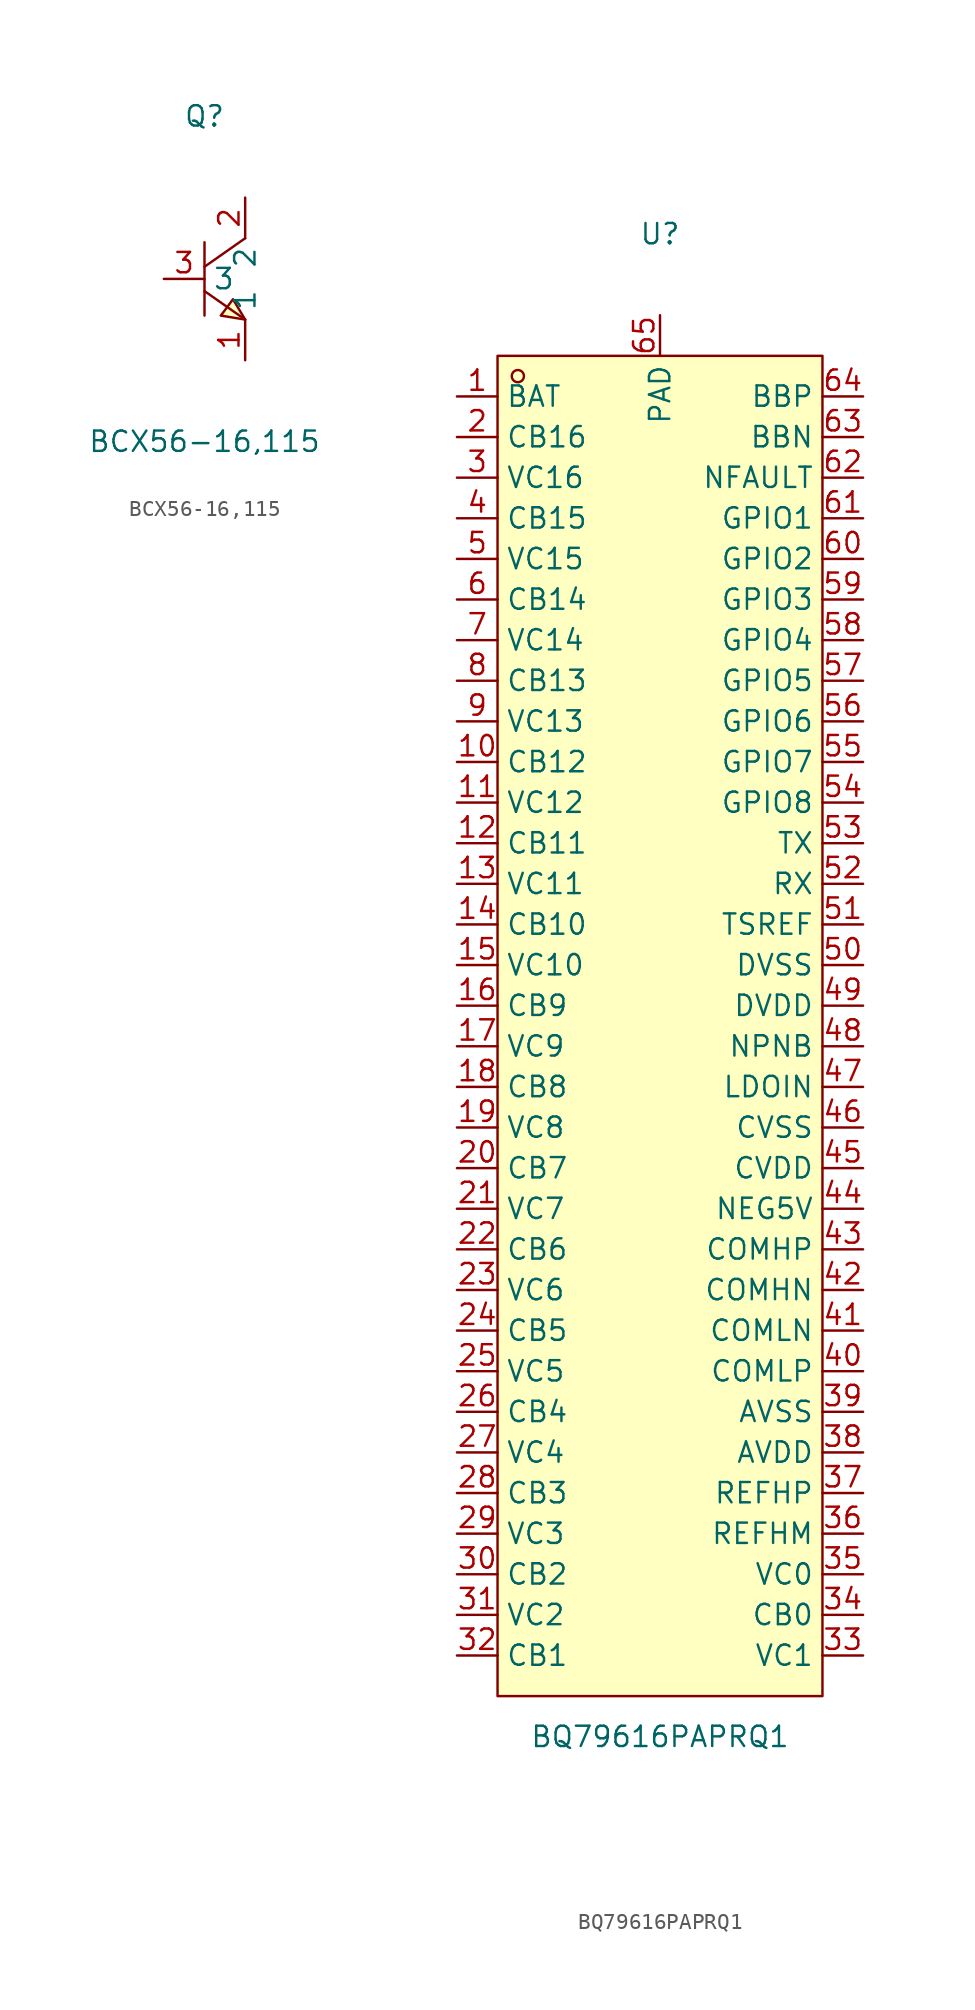
<source format=kicad_sym>
(kicad_symbol_lib
  (version 20211014)
  (generator https://github.com/uPesy/easyeda2kicad.py)
  (symbol "BCX56-16,115"
    (property "Reference" "Q"
      (at 0 10.16 0)
      (effects (font (size 1.27 1.27))))
    (property "Value" "BCX56-16,115"
      (at 0 -10.16 0)
      (effects (font (size 1.27 1.27))))
    (symbol "BCX56-16,115_0_1"
      (polyline (pts (xy 2.54 2.54) (xy 0.00 0.76)) (stroke (width 0) (type default) (color 0 0 0 0)) (fill (type none)))
      (polyline (pts (xy 0.00 -0.76) (xy 2.54 -2.54)) (stroke (width 0) (type default) (color 0 0 0 0)) (fill (type none)))
      (polyline (pts (xy 0.00 2.29) (xy 0.00 -2.29)) (stroke (width 0) (type default) (color 0 0 0 0)) (fill (type none)))
      (polyline (pts (xy 2.54 -2.54) (xy 1.78 -1.27) (xy 1.02 -2.29) (xy 2.54 -2.54)) (stroke (width 0) (type default) (color 0 0 0 0)) (fill (type background)))
      (pin input line (at -2.54 -0.00 0) (length 2.54) (name "3" (effects (font (size 1.27 1.27)))) (number "3" (effects (font (size 1.27 1.27)))))
      (pin input line (at 2.54 5.08 270) (length 2.54) (name "2" (effects (font (size 1.27 1.27)))) (number "2" (effects (font (size 1.27 1.27)))))
      (pin input line (at 2.54 -5.08 90) (length 2.54) (name "1" (effects (font (size 1.27 1.27)))) (number "1" (effects (font (size 1.27 1.27)))))))
  (symbol "BQ79616PAPRQ1"
    (property "Reference" "U"
      (at 0 49.53 0)
      (effects (font (size 1.27 1.27))))
    (property "Value" "BQ79616PAPRQ1"
      (at 0 -44.45 0)
      (effects (font (size 1.27 1.27))))
    (symbol "BQ79616PAPRQ1_0_1"
      (rectangle (start -10.16 41.91) (end 10.16 -41.91) (stroke (width 0) (type default) (color 0 0 0 0)) (fill (type background)))
      (circle (center -8.89 40.64) (radius 0.38) (stroke (width 0) (type default) (color 0 0 0 0)) (fill (type none)))
      (pin unspecified line (at -12.70 39.37 0) (length 2.54) (name "BAT" (effects (font (size 1.27 1.27)))) (number "1" (effects (font (size 1.27 1.27)))))
      (pin unspecified line (at -12.70 36.83 0) (length 2.54) (name "CB16" (effects (font (size 1.27 1.27)))) (number "2" (effects (font (size 1.27 1.27)))))
      (pin unspecified line (at -12.70 34.29 0) (length 2.54) (name "VC16" (effects (font (size 1.27 1.27)))) (number "3" (effects (font (size 1.27 1.27)))))
      (pin unspecified line (at -12.70 31.75 0) (length 2.54) (name "CB15" (effects (font (size 1.27 1.27)))) (number "4" (effects (font (size 1.27 1.27)))))
      (pin unspecified line (at -12.70 29.21 0) (length 2.54) (name "VC15" (effects (font (size 1.27 1.27)))) (number "5" (effects (font (size 1.27 1.27)))))
      (pin unspecified line (at -12.70 26.67 0) (length 2.54) (name "CB14" (effects (font (size 1.27 1.27)))) (number "6" (effects (font (size 1.27 1.27)))))
      (pin unspecified line (at -12.70 24.13 0) (length 2.54) (name "VC14" (effects (font (size 1.27 1.27)))) (number "7" (effects (font (size 1.27 1.27)))))
      (pin unspecified line (at -12.70 21.59 0) (length 2.54) (name "CB13" (effects (font (size 1.27 1.27)))) (number "8" (effects (font (size 1.27 1.27)))))
      (pin unspecified line (at -12.70 19.05 0) (length 2.54) (name "VC13" (effects (font (size 1.27 1.27)))) (number "9" (effects (font (size 1.27 1.27)))))
      (pin unspecified line (at -12.70 16.51 0) (length 2.54) (name "CB12" (effects (font (size 1.27 1.27)))) (number "10" (effects (font (size 1.27 1.27)))))
      (pin unspecified line (at -12.70 13.97 0) (length 2.54) (name "VC12" (effects (font (size 1.27 1.27)))) (number "11" (effects (font (size 1.27 1.27)))))
      (pin unspecified line (at -12.70 11.43 0) (length 2.54) (name "CB11" (effects (font (size 1.27 1.27)))) (number "12" (effects (font (size 1.27 1.27)))))
      (pin unspecified line (at -12.70 8.89 0) (length 2.54) (name "VC11" (effects (font (size 1.27 1.27)))) (number "13" (effects (font (size 1.27 1.27)))))
      (pin unspecified line (at -12.70 6.35 0) (length 2.54) (name "CB10" (effects (font (size 1.27 1.27)))) (number "14" (effects (font (size 1.27 1.27)))))
      (pin unspecified line (at -12.70 3.81 0) (length 2.54) (name "VC10" (effects (font (size 1.27 1.27)))) (number "15" (effects (font (size 1.27 1.27)))))
      (pin unspecified line (at -12.70 1.27 0) (length 2.54) (name "CB9" (effects (font (size 1.27 1.27)))) (number "16" (effects (font (size 1.27 1.27)))))
      (pin unspecified line (at -12.70 -1.27 0) (length 2.54) (name "VC9" (effects (font (size 1.27 1.27)))) (number "17" (effects (font (size 1.27 1.27)))))
      (pin unspecified line (at -12.70 -3.81 0) (length 2.54) (name "CB8" (effects (font (size 1.27 1.27)))) (number "18" (effects (font (size 1.27 1.27)))))
      (pin unspecified line (at -12.70 -6.35 0) (length 2.54) (name "VC8" (effects (font (size 1.27 1.27)))) (number "19" (effects (font (size 1.27 1.27)))))
      (pin unspecified line (at -12.70 -8.89 0) (length 2.54) (name "CB7" (effects (font (size 1.27 1.27)))) (number "20" (effects (font (size 1.27 1.27)))))
      (pin unspecified line (at -12.70 -11.43 0) (length 2.54) (name "VC7" (effects (font (size 1.27 1.27)))) (number "21" (effects (font (size 1.27 1.27)))))
      (pin unspecified line (at -12.70 -13.97 0) (length 2.54) (name "CB6" (effects (font (size 1.27 1.27)))) (number "22" (effects (font (size 1.27 1.27)))))
      (pin unspecified line (at -12.70 -16.51 0) (length 2.54) (name "VC6" (effects (font (size 1.27 1.27)))) (number "23" (effects (font (size 1.27 1.27)))))
      (pin unspecified line (at -12.70 -19.05 0) (length 2.54) (name "CB5" (effects (font (size 1.27 1.27)))) (number "24" (effects (font (size 1.27 1.27)))))
      (pin unspecified line (at -12.70 -21.59 0) (length 2.54) (name "VC5" (effects (font (size 1.27 1.27)))) (number "25" (effects (font (size 1.27 1.27)))))
      (pin unspecified line (at -12.70 -24.13 0) (length 2.54) (name "CB4" (effects (font (size 1.27 1.27)))) (number "26" (effects (font (size 1.27 1.27)))))
      (pin unspecified line (at -12.70 -26.67 0) (length 2.54) (name "VC4" (effects (font (size 1.27 1.27)))) (number "27" (effects (font (size 1.27 1.27)))))
      (pin unspecified line (at -12.70 -29.21 0) (length 2.54) (name "CB3" (effects (font (size 1.27 1.27)))) (number "28" (effects (font (size 1.27 1.27)))))
      (pin unspecified line (at -12.70 -31.75 0) (length 2.54) (name "VC3" (effects (font (size 1.27 1.27)))) (number "29" (effects (font (size 1.27 1.27)))))
      (pin unspecified line (at -12.70 -34.29 0) (length 2.54) (name "CB2" (effects (font (size 1.27 1.27)))) (number "30" (effects (font (size 1.27 1.27)))))
      (pin unspecified line (at -12.70 -36.83 0) (length 2.54) (name "VC2" (effects (font (size 1.27 1.27)))) (number "31" (effects (font (size 1.27 1.27)))))
      (pin unspecified line (at -12.70 -39.37 0) (length 2.54) (name "CB1" (effects (font (size 1.27 1.27)))) (number "32" (effects (font (size 1.27 1.27)))))
      (pin unspecified line (at 12.70 -39.37 180) (length 2.54) (name "VC1" (effects (font (size 1.27 1.27)))) (number "33" (effects (font (size 1.27 1.27)))))
      (pin unspecified line (at 12.70 -36.83 180) (length 2.54) (name "CB0" (effects (font (size 1.27 1.27)))) (number "34" (effects (font (size 1.27 1.27)))))
      (pin unspecified line (at 12.70 -34.29 180) (length 2.54) (name "VC0" (effects (font (size 1.27 1.27)))) (number "35" (effects (font (size 1.27 1.27)))))
      (pin unspecified line (at 12.70 -31.75 180) (length 2.54) (name "REFHM" (effects (font (size 1.27 1.27)))) (number "36" (effects (font (size 1.27 1.27)))))
      (pin unspecified line (at 12.70 -29.21 180) (length 2.54) (name "REFHP" (effects (font (size 1.27 1.27)))) (number "37" (effects (font (size 1.27 1.27)))))
      (pin unspecified line (at 12.70 -26.67 180) (length 2.54) (name "AVDD" (effects (font (size 1.27 1.27)))) (number "38" (effects (font (size 1.27 1.27)))))
      (pin unspecified line (at 12.70 -24.13 180) (length 2.54) (name "AVSS" (effects (font (size 1.27 1.27)))) (number "39" (effects (font (size 1.27 1.27)))))
      (pin unspecified line (at 12.70 -21.59 180) (length 2.54) (name "COMLP" (effects (font (size 1.27 1.27)))) (number "40" (effects (font (size 1.27 1.27)))))
      (pin unspecified line (at 12.70 -19.05 180) (length 2.54) (name "COMLN" (effects (font (size 1.27 1.27)))) (number "41" (effects (font (size 1.27 1.27)))))
      (pin unspecified line (at 12.70 -16.51 180) (length 2.54) (name "COMHN" (effects (font (size 1.27 1.27)))) (number "42" (effects (font (size 1.27 1.27)))))
      (pin unspecified line (at 12.70 -13.97 180) (length 2.54) (name "COMHP" (effects (font (size 1.27 1.27)))) (number "43" (effects (font (size 1.27 1.27)))))
      (pin unspecified line (at 12.70 -11.43 180) (length 2.54) (name "NEG5V" (effects (font (size 1.27 1.27)))) (number "44" (effects (font (size 1.27 1.27)))))
      (pin unspecified line (at 12.70 -8.89 180) (length 2.54) (name "CVDD" (effects (font (size 1.27 1.27)))) (number "45" (effects (font (size 1.27 1.27)))))
      (pin unspecified line (at 12.70 -6.35 180) (length 2.54) (name "CVSS" (effects (font (size 1.27 1.27)))) (number "46" (effects (font (size 1.27 1.27)))))
      (pin unspecified line (at 12.70 -3.81 180) (length 2.54) (name "LDOIN" (effects (font (size 1.27 1.27)))) (number "47" (effects (font (size 1.27 1.27)))))
      (pin unspecified line (at 12.70 -1.27 180) (length 2.54) (name "NPNB" (effects (font (size 1.27 1.27)))) (number "48" (effects (font (size 1.27 1.27)))))
      (pin unspecified line (at 12.70 1.27 180) (length 2.54) (name "DVDD" (effects (font (size 1.27 1.27)))) (number "49" (effects (font (size 1.27 1.27)))))
      (pin unspecified line (at 12.70 3.81 180) (length 2.54) (name "DVSS" (effects (font (size 1.27 1.27)))) (number "50" (effects (font (size 1.27 1.27)))))
      (pin unspecified line (at 12.70 6.35 180) (length 2.54) (name "TSREF" (effects (font (size 1.27 1.27)))) (number "51" (effects (font (size 1.27 1.27)))))
      (pin unspecified line (at 12.70 8.89 180) (length 2.54) (name "RX" (effects (font (size 1.27 1.27)))) (number "52" (effects (font (size 1.27 1.27)))))
      (pin unspecified line (at 12.70 11.43 180) (length 2.54) (name "TX" (effects (font (size 1.27 1.27)))) (number "53" (effects (font (size 1.27 1.27)))))
      (pin unspecified line (at 12.70 13.97 180) (length 2.54) (name "GPIO8" (effects (font (size 1.27 1.27)))) (number "54" (effects (font (size 1.27 1.27)))))
      (pin unspecified line (at 12.70 16.51 180) (length 2.54) (name "GPIO7" (effects (font (size 1.27 1.27)))) (number "55" (effects (font (size 1.27 1.27)))))
      (pin unspecified line (at 12.70 19.05 180) (length 2.54) (name "GPIO6" (effects (font (size 1.27 1.27)))) (number "56" (effects (font (size 1.27 1.27)))))
      (pin unspecified line (at 12.70 21.59 180) (length 2.54) (name "GPIO5" (effects (font (size 1.27 1.27)))) (number "57" (effects (font (size 1.27 1.27)))))
      (pin unspecified line (at 12.70 24.13 180) (length 2.54) (name "GPIO4" (effects (font (size 1.27 1.27)))) (number "58" (effects (font (size 1.27 1.27)))))
      (pin unspecified line (at 12.70 26.67 180) (length 2.54) (name "GPIO3" (effects (font (size 1.27 1.27)))) (number "59" (effects (font (size 1.27 1.27)))))
      (pin unspecified line (at 12.70 29.21 180) (length 2.54) (name "GPIO2" (effects (font (size 1.27 1.27)))) (number "60" (effects (font (size 1.27 1.27)))))
      (pin unspecified line (at 12.70 31.75 180) (length 2.54) (name "GPIO1" (effects (font (size 1.27 1.27)))) (number "61" (effects (font (size 1.27 1.27)))))
      (pin unspecified line (at 12.70 34.29 180) (length 2.54) (name "NFAULT" (effects (font (size 1.27 1.27)))) (number "62" (effects (font (size 1.27 1.27)))))
      (pin unspecified line (at 12.70 36.83 180) (length 2.54) (name "BBN" (effects (font (size 1.27 1.27)))) (number "63" (effects (font (size 1.27 1.27)))))
      (pin unspecified line (at 12.70 39.37 180) (length 2.54) (name "BBP" (effects (font (size 1.27 1.27)))) (number "64" (effects (font (size 1.27 1.27)))))
      (pin unspecified line (at 0.00 44.45 270) (length 2.54) (name "PAD" (effects (font (size 1.27 1.27)))) (number "65" (effects (font (size 1.27 1.27))))))))
</source>
